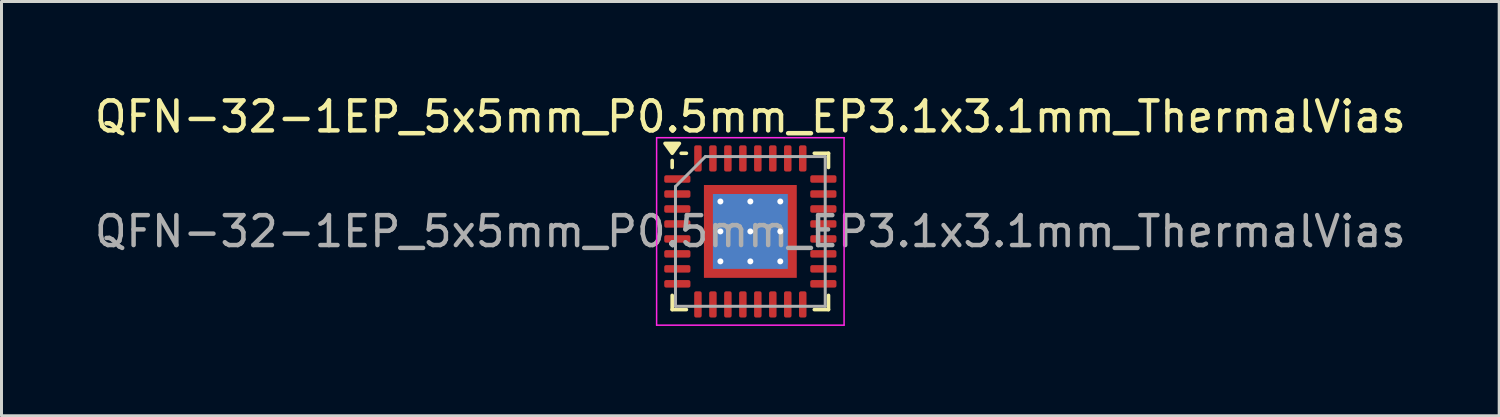
<source format=kicad_pcb>
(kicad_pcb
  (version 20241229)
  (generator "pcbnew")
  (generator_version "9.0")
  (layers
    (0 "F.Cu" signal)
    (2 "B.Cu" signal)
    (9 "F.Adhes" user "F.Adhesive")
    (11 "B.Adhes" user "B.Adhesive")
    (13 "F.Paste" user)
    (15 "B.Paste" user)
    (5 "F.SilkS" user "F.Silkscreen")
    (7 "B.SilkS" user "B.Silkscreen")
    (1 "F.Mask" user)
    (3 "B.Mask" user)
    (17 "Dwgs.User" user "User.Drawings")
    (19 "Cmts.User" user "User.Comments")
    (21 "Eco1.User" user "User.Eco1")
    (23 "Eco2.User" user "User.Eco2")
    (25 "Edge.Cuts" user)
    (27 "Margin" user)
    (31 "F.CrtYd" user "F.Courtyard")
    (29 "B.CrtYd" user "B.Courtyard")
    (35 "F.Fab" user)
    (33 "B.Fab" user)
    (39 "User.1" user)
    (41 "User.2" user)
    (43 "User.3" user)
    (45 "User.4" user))
  (footprint "QFN-32-1EP_5x5mm_P0.5mm_EP3.1x3.1mm_ThermalVias"
    (layer "F.Cu")
    (at 22.006 4.678)
    (property "Reference" "QFN-32-1EP_5x5mm_P0.5mm_EP3.1x3.1mm_ThermalVias" (at 0 -3.83 0) (layer "F.SilkS") (effects (font (size 1 1) (thickness 0.15))))
    (attr smd)
    (fp_line (start -2.61 -2.135) (end -2.61 -2.37) (stroke (width 0.12) (type solid)) (layer "F.SilkS"))
    (fp_line (start -2.61 2.61) (end -2.61 2.135) (stroke (width 0.12) (type solid)) (layer "F.SilkS"))
    (fp_line (start -2.135 -2.61) (end -2.31 -2.61) (stroke (width 0.12) (type solid)) (layer "F.SilkS"))
    (fp_line (start -2.135 2.61) (end -2.61 2.61) (stroke (width 0.12) (type solid)) (layer "F.SilkS"))
    (fp_line (start 2.135 -2.61) (end 2.61 -2.61) (stroke (width 0.12) (type solid)) (layer "F.SilkS"))
    (fp_line (start 2.135 2.61) (end 2.61 2.61) (stroke (width 0.12) (type solid)) (layer "F.SilkS"))
    (fp_line (start 2.61 -2.61) (end 2.61 -2.135) (stroke (width 0.12) (type solid)) (layer "F.SilkS"))
    (fp_line (start 2.61 2.61) (end 2.61 2.135) (stroke (width 0.12) (type solid)) (layer "F.SilkS"))
    (fp_poly (pts (xy -2.61 -2.61) (xy -2.85 -2.94) (xy -2.37 -2.94) (xy -2.61 -2.61)) (stroke (width 0.12) (type solid)) (fill yes) (layer "F.SilkS"))
    (fp_line (start -3.13 -3.13) (end -3.13 3.13) (stroke (width 0.05) (type solid)) (layer "F.CrtYd"))
    (fp_line (start -3.13 3.13) (end 3.13 3.13) (stroke (width 0.05) (type solid)) (layer "F.CrtYd"))
    (fp_line (start 3.13 -3.13) (end -3.13 -3.13) (stroke (width 0.05) (type solid)) (layer "F.CrtYd"))
    (fp_line (start 3.13 3.13) (end 3.13 -3.13) (stroke (width 0.05) (type solid)) (layer "F.CrtYd"))
    (fp_line (start -2.5 -1.5) (end -1.5 -2.5) (stroke (width 0.1) (type solid)) (layer "F.Fab"))
    (fp_line (start -2.5 2.5) (end -2.5 -1.5) (stroke (width 0.1) (type solid)) (layer "F.Fab"))
    (fp_line (start -1.5 -2.5) (end 2.5 -2.5) (stroke (width 0.1) (type solid)) (layer "F.Fab"))
    (fp_line (start 2.5 -2.5) (end 2.5 2.5) (stroke (width 0.1) (type solid)) (layer "F.Fab"))
    (fp_line (start 2.5 2.5) (end -2.5 2.5) (stroke (width 0.1) (type solid)) (layer "F.Fab"))
    (fp_text user "${REFERENCE}" (at 0 0 0) (layer "F.Fab") (effects (font (size 1 1) (thickness 0.15))))
    (pad "" smd custom (at -1.275 -1.275) (size 0.319 0.319) (layers "F.Paste") (options (anchor circle)) (primitives (gr_poly (pts (xy -0.111 -0.111) (xy 0.111 -0.111) (xy 0.111 -0.000473) (xy -0.000473 0.111) (xy -0.111 0.111)) (width 0.222) (fill yes))))
    (pad "" smd custom (at -1.275 -0.5) (size 0.35 0.35) (layers "F.Paste") (options (anchor circle)) (primitives (gr_poly (pts (xy -0.128 -0.309) (xy 0.05 -0.309) (xy 0.128 -0.232) (xy 0.128 0.232) (xy 0.05 0.309) (xy -0.128 0.309)) (width 0.188) (fill yes))))
    (pad "" smd custom (at -1.275 0.5) (size 0.35 0.35) (layers "F.Paste") (options (anchor circle)) (primitives (gr_poly (pts (xy -0.128 -0.309) (xy 0.05 -0.309) (xy 0.128 -0.232) (xy 0.128 0.232) (xy 0.05 0.309) (xy -0.128 0.309)) (width 0.188) (fill yes))))
    (pad "" smd custom (at -1.275 1.275) (size 0.319 0.319) (layers "F.Paste") (options (anchor circle)) (primitives (gr_poly (pts (xy -0.111 -0.111) (xy -0.000473 -0.111) (xy 0.111 0.000473) (xy 0.111 0.111) (xy -0.111 0.111)) (width 0.222) (fill yes))))
    (pad "" smd custom (at -0.5 -1.275) (size 0.35 0.35) (layers "F.Paste") (options (anchor circle)) (primitives (gr_poly (pts (xy -0.309 -0.128) (xy 0.309 -0.128) (xy 0.309 0.05) (xy 0.232 0.128) (xy -0.232 0.128) (xy -0.309 0.05)) (width 0.188) (fill yes))))
    (pad "" smd roundrect (at -0.5 -0.5) (size 0.806 0.806) (layers "F.Paste") (roundrect_rratio 0.25))
    (pad "" smd roundrect (at -0.5 0.5) (size 0.806 0.806) (layers "F.Paste") (roundrect_rratio 0.25))
    (pad "" smd custom (at -0.5 1.275) (size 0.35 0.35) (layers "F.Paste") (options (anchor circle)) (primitives (gr_poly (pts (xy -0.309 -0.05) (xy -0.232 -0.128) (xy 0.232 -0.128) (xy 0.309 -0.05) (xy 0.309 0.128) (xy -0.309 0.128)) (width 0.188) (fill yes))))
    (pad "" smd custom (at 0.5 -1.275) (size 0.35 0.35) (layers "F.Paste") (options (anchor circle)) (primitives (gr_poly (pts (xy -0.309 -0.128) (xy 0.309 -0.128) (xy 0.309 0.05) (xy 0.232 0.128) (xy -0.232 0.128) (xy -0.309 0.05)) (width 0.188) (fill yes))))
    (pad "" smd roundrect (at 0.5 -0.5) (size 0.806 0.806) (layers "F.Paste") (roundrect_rratio 0.25))
    (pad "" smd roundrect (at 0.5 0.5) (size 0.806 0.806) (layers "F.Paste") (roundrect_rratio 0.25))
    (pad "" smd custom (at 0.5 1.275) (size 0.35 0.35) (layers "F.Paste") (options (anchor circle)) (primitives (gr_poly (pts (xy -0.309 -0.05) (xy -0.232 -0.128) (xy 0.232 -0.128) (xy 0.309 -0.05) (xy 0.309 0.128) (xy -0.309 0.128)) (width 0.188) (fill yes))))
    (pad "" smd custom (at 1.275 -1.275) (size 0.319 0.319) (layers "F.Paste") (options (anchor circle)) (primitives (gr_poly (pts (xy -0.111 -0.111) (xy 0.111 -0.111) (xy 0.111 0.111) (xy 0.000473 0.111) (xy -0.111 -0.000473)) (width 0.222) (fill yes))))
    (pad "" smd custom (at 1.275 -0.5) (size 0.35 0.35) (layers "F.Paste") (options (anchor circle)) (primitives (gr_poly (pts (xy -0.128 -0.232) (xy -0.05 -0.309) (xy 0.128 -0.309) (xy 0.128 0.309) (xy -0.05 0.309) (xy -0.128 0.232)) (width 0.188) (fill yes))))
    (pad "" smd custom (at 1.275 0.5) (size 0.35 0.35) (layers "F.Paste") (options (anchor circle)) (primitives (gr_poly (pts (xy -0.128 -0.232) (xy -0.05 -0.309) (xy 0.128 -0.309) (xy 0.128 0.309) (xy -0.05 0.309) (xy -0.128 0.232)) (width 0.188) (fill yes))))
    (pad "" smd custom (at 1.275 1.275) (size 0.319 0.319) (layers "F.Paste") (options (anchor circle)) (primitives (gr_poly (pts (xy -0.111 0.000473) (xy 0.000473 -0.111) (xy 0.111 -0.111) (xy 0.111 0.111) (xy -0.111 0.111)) (width 0.222) (fill yes))))
    (pad "1" smd roundrect (at -2.438 -1.75) (size 0.875 0.25) (layers "F.Cu" "F.Mask" "F.Paste") (roundrect_rratio 0.25))
    (pad "2" smd roundrect (at -2.438 -1.25) (size 0.875 0.25) (layers "F.Cu" "F.Mask" "F.Paste") (roundrect_rratio 0.25))
    (pad "3" smd roundrect (at -2.438 -0.75) (size 0.875 0.25) (layers "F.Cu" "F.Mask" "F.Paste") (roundrect_rratio 0.25))
    (pad "4" smd roundrect (at -2.438 -0.25) (size 0.875 0.25) (layers "F.Cu" "F.Mask" "F.Paste") (roundrect_rratio 0.25))
    (pad "5" smd roundrect (at -2.438 0.25) (size 0.875 0.25) (layers "F.Cu" "F.Mask" "F.Paste") (roundrect_rratio 0.25))
    (pad "6" smd roundrect (at -2.438 0.75) (size 0.875 0.25) (layers "F.Cu" "F.Mask" "F.Paste") (roundrect_rratio 0.25))
    (pad "7" smd roundrect (at -2.438 1.25) (size 0.875 0.25) (layers "F.Cu" "F.Mask" "F.Paste") (roundrect_rratio 0.25))
    (pad "8" smd roundrect (at -2.438 1.75) (size 0.875 0.25) (layers "F.Cu" "F.Mask" "F.Paste") (roundrect_rratio 0.25))
    (pad "9" smd roundrect (at -1.75 2.438) (size 0.25 0.875) (layers "F.Cu" "F.Mask" "F.Paste") (roundrect_rratio 0.25))
    (pad "10" smd roundrect (at -1.25 2.438) (size 0.25 0.875) (layers "F.Cu" "F.Mask" "F.Paste") (roundrect_rratio 0.25))
    (pad "11" smd roundrect (at -0.75 2.438) (size 0.25 0.875) (layers "F.Cu" "F.Mask" "F.Paste") (roundrect_rratio 0.25))
    (pad "12" smd roundrect (at -0.25 2.438) (size 0.25 0.875) (layers "F.Cu" "F.Mask" "F.Paste") (roundrect_rratio 0.25))
    (pad "13" smd roundrect (at 0.25 2.438) (size 0.25 0.875) (layers "F.Cu" "F.Mask" "F.Paste") (roundrect_rratio 0.25))
    (pad "14" smd roundrect (at 0.75 2.438) (size 0.25 0.875) (layers "F.Cu" "F.Mask" "F.Paste") (roundrect_rratio 0.25))
    (pad "15" smd roundrect (at 1.25 2.438) (size 0.25 0.875) (layers "F.Cu" "F.Mask" "F.Paste") (roundrect_rratio 0.25))
    (pad "16" smd roundrect (at 1.75 2.438) (size 0.25 0.875) (layers "F.Cu" "F.Mask" "F.Paste") (roundrect_rratio 0.25))
    (pad "17" smd roundrect (at 2.438 1.75) (size 0.875 0.25) (layers "F.Cu" "F.Mask" "F.Paste") (roundrect_rratio 0.25))
    (pad "18" smd roundrect (at 2.438 1.25) (size 0.875 0.25) (layers "F.Cu" "F.Mask" "F.Paste") (roundrect_rratio 0.25))
    (pad "19" smd roundrect (at 2.438 0.75) (size 0.875 0.25) (layers "F.Cu" "F.Mask" "F.Paste") (roundrect_rratio 0.25))
    (pad "20" smd roundrect (at 2.438 0.25) (size 0.875 0.25) (layers "F.Cu" "F.Mask" "F.Paste") (roundrect_rratio 0.25))
    (pad "21" smd roundrect (at 2.438 -0.25) (size 0.875 0.25) (layers "F.Cu" "F.Mask" "F.Paste") (roundrect_rratio 0.25))
    (pad "22" smd roundrect (at 2.438 -0.75) (size 0.875 0.25) (layers "F.Cu" "F.Mask" "F.Paste") (roundrect_rratio 0.25))
    (pad "23" smd roundrect (at 2.438 -1.25) (size 0.875 0.25) (layers "F.Cu" "F.Mask" "F.Paste") (roundrect_rratio 0.25))
    (pad "24" smd roundrect (at 2.438 -1.75) (size 0.875 0.25) (layers "F.Cu" "F.Mask" "F.Paste") (roundrect_rratio 0.25))
    (pad "25" smd roundrect (at 1.75 -2.438) (size 0.25 0.875) (layers "F.Cu" "F.Mask" "F.Paste") (roundrect_rratio 0.25))
    (pad "26" smd roundrect (at 1.25 -2.438) (size 0.25 0.875) (layers "F.Cu" "F.Mask" "F.Paste") (roundrect_rratio 0.25))
    (pad "27" smd roundrect (at 0.75 -2.438) (size 0.25 0.875) (layers "F.Cu" "F.Mask" "F.Paste") (roundrect_rratio 0.25))
    (pad "28" smd roundrect (at 0.25 -2.438) (size 0.25 0.875) (layers "F.Cu" "F.Mask" "F.Paste") (roundrect_rratio 0.25))
    (pad "29" smd roundrect (at -0.25 -2.438) (size 0.25 0.875) (layers "F.Cu" "F.Mask" "F.Paste") (roundrect_rratio 0.25))
    (pad "30" smd roundrect (at -0.75 -2.438) (size 0.25 0.875) (layers "F.Cu" "F.Mask" "F.Paste") (roundrect_rratio 0.25))
    (pad "31" smd roundrect (at -1.25 -2.438) (size 0.25 0.875) (layers "F.Cu" "F.Mask" "F.Paste") (roundrect_rratio 0.25))
    (pad "32" smd roundrect (at -1.75 -2.438) (size 0.25 0.875) (layers "F.Cu" "F.Mask" "F.Paste") (roundrect_rratio 0.25))
    (pad "33" thru_hole circle (at -1 -1) (size 0.5 0.5) (drill 0.2) (property pad_prop_heatsink) (layers "*.Cu"))
    (pad "33" thru_hole circle (at -1 0) (size 0.5 0.5) (drill 0.2) (property pad_prop_heatsink) (layers "*.Cu"))
    (pad "33" thru_hole circle (at -1 1) (size 0.5 0.5) (drill 0.2) (property pad_prop_heatsink) (layers "*.Cu"))
    (pad "33" thru_hole circle (at 0 -1) (size 0.5 0.5) (drill 0.2) (property pad_prop_heatsink) (layers "*.Cu"))
    (pad "33" thru_hole circle (at 0 0) (size 0.5 0.5) (drill 0.2) (property pad_prop_heatsink) (layers "*.Cu"))
    (pad "33" smd rect (at 0 0) (size 2.5 2.5) (property pad_prop_heatsink) (layers "B.Cu"))
    (pad "33" smd rect (at 0 0) (size 3.1 3.1) (property pad_prop_heatsink) (layers "F.Cu" "F.Mask"))
    (pad "33" thru_hole circle (at 0 1) (size 0.5 0.5) (drill 0.2) (property pad_prop_heatsink) (layers "*.Cu"))
    (pad "33" thru_hole circle (at 1 -1) (size 0.5 0.5) (drill 0.2) (property pad_prop_heatsink) (layers "*.Cu"))
    (pad "33" thru_hole circle (at 1 0) (size 0.5 0.5) (drill 0.2) (property pad_prop_heatsink) (layers "*.Cu"))
    (pad "33" thru_hole circle (at 1 1) (size 0.5 0.5) (drill 0.2) (property pad_prop_heatsink) (layers "*.Cu")))
  (gr_rect
    (start -3 -3)
    (end 47.012 10.833)
    (stroke (width 0.1) (type default))
    (fill no)
    (layer "Edge.Cuts")))
</source>
